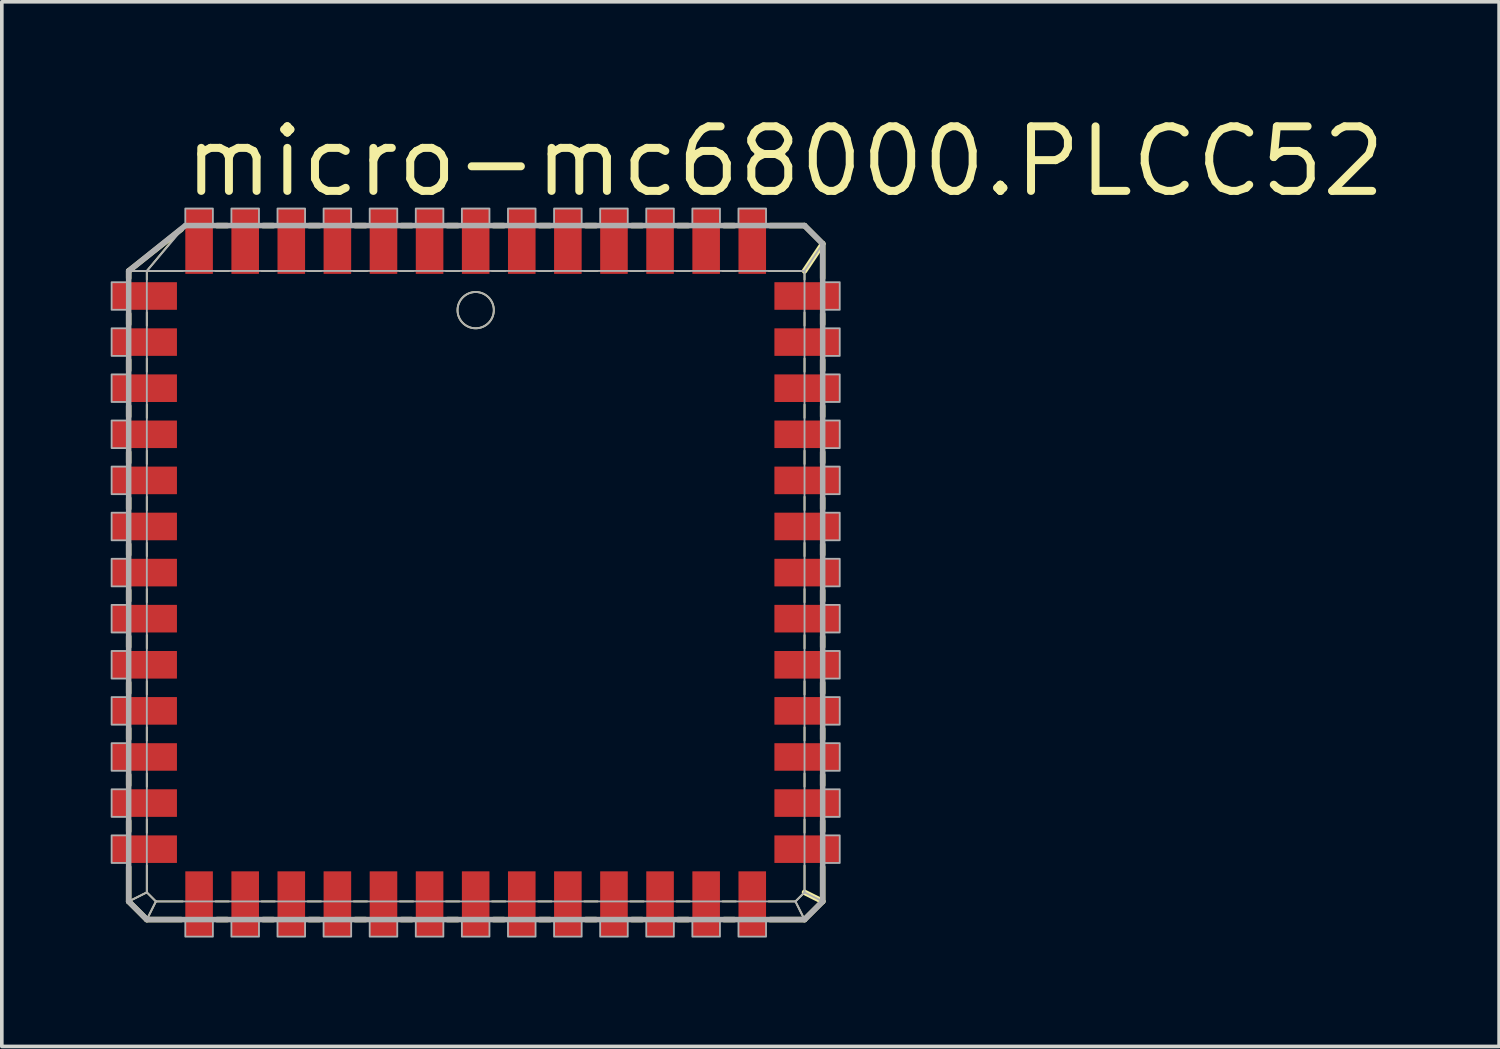
<source format=kicad_pcb>
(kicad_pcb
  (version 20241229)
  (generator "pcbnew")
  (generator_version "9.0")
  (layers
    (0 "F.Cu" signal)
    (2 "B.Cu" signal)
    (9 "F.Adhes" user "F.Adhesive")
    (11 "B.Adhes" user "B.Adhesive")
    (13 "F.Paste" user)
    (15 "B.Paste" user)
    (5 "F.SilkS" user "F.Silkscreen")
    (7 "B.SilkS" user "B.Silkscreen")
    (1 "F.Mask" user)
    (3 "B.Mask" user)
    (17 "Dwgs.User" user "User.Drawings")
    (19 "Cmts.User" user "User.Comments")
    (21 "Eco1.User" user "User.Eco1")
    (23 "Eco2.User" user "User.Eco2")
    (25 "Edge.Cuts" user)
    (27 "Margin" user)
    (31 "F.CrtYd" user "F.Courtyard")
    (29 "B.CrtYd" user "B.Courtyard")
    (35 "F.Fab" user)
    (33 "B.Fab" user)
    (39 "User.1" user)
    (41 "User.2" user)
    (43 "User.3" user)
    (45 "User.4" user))
  (footprint "micro-mc68000.PLCC52"
    (layer "F.Cu")
    (at 10.055 12.725)
    (property "Reference" "micro-mc68000.PLCC52" (at -8.128 -10.287 0) (layer "F.SilkS") (effects (font (size 1.778 1.778) (thickness 0.22)) (justify left bottom)))
    (attr smd)
    (fp_line (start -9.56 -8.31) (end -9.06 -8.31) (stroke (width 0.051) (type default)) (layer "F.SilkS"))
    (fp_line (start -9.56 -8.31) (end -8.111 -9.459) (stroke (width 0.152) (type default)) (layer "F.SilkS"))
    (fp_line (start -9.56 -8.111) (end -9.56 -8.31) (stroke (width 0.152) (type default)) (layer "F.SilkS"))
    (fp_line (start -9.56 -6.841) (end -9.56 -7.129) (stroke (width 0.152) (type default)) (layer "F.SilkS"))
    (fp_line (start -9.56 -5.571) (end -9.56 -5.859) (stroke (width 0.152) (type default)) (layer "F.SilkS"))
    (fp_line (start -9.56 -4.301) (end -9.56 -4.589) (stroke (width 0.152) (type default)) (layer "F.SilkS"))
    (fp_line (start -9.56 -3.031) (end -9.56 -3.319) (stroke (width 0.152) (type default)) (layer "F.SilkS"))
    (fp_line (start -9.56 -1.761) (end -9.56 -2.049) (stroke (width 0.152) (type default)) (layer "F.SilkS"))
    (fp_line (start -9.56 -0.491) (end -9.56 -0.779) (stroke (width 0.152) (type default)) (layer "F.SilkS"))
    (fp_line (start -9.56 0.779) (end -9.56 0.491) (stroke (width 0.152) (type default)) (layer "F.SilkS"))
    (fp_line (start -9.56 2.049) (end -9.56 1.761) (stroke (width 0.152) (type default)) (layer "F.SilkS"))
    (fp_line (start -9.56 3.319) (end -9.56 3.031) (stroke (width 0.152) (type default)) (layer "F.SilkS"))
    (fp_line (start -9.56 4.589) (end -9.56 4.301) (stroke (width 0.152) (type default)) (layer "F.SilkS"))
    (fp_line (start -9.56 5.859) (end -9.56 5.571) (stroke (width 0.152) (type default)) (layer "F.SilkS"))
    (fp_line (start -9.56 7.129) (end -9.56 6.841) (stroke (width 0.152) (type default)) (layer "F.SilkS"))
    (fp_line (start -9.56 9.06) (end -9.56 8.111) (stroke (width 0.152) (type default)) (layer "F.SilkS"))
    (fp_line (start -9.56 9.06) (end -9.06 8.81) (stroke (width 0.051) (type default)) (layer "F.SilkS"))
    (fp_line (start -9.06 -8.31) (end -8.122 -9.438) (stroke (width 0.051) (type default)) (layer "F.SilkS"))
    (fp_line (start -9.06 -8.31) (end -8.071 -8.31) (stroke (width 0.051) (type default)) (layer "F.SilkS"))
    (fp_line (start -9.06 -8.071) (end -9.06 -8.31) (stroke (width 0.051) (type default)) (layer "F.SilkS"))
    (fp_line (start -9.06 -6.801) (end -9.06 -7.169) (stroke (width 0.051) (type default)) (layer "F.SilkS"))
    (fp_line (start -9.06 -5.531) (end -9.06 -5.899) (stroke (width 0.051) (type default)) (layer "F.SilkS"))
    (fp_line (start -9.06 -4.261) (end -9.06 -4.629) (stroke (width 0.051) (type default)) (layer "F.SilkS"))
    (fp_line (start -9.06 -2.991) (end -9.06 -3.359) (stroke (width 0.051) (type default)) (layer "F.SilkS"))
    (fp_line (start -9.06 -1.721) (end -9.06 -2.089) (stroke (width 0.051) (type default)) (layer "F.SilkS"))
    (fp_line (start -9.06 -0.451) (end -9.06 -0.819) (stroke (width 0.051) (type default)) (layer "F.SilkS"))
    (fp_line (start -9.06 0.819) (end -9.06 0.451) (stroke (width 0.051) (type default)) (layer "F.SilkS"))
    (fp_line (start -9.06 2.089) (end -9.06 1.721) (stroke (width 0.051) (type default)) (layer "F.SilkS"))
    (fp_line (start -9.06 3.359) (end -9.06 2.991) (stroke (width 0.051) (type default)) (layer "F.SilkS"))
    (fp_line (start -9.06 4.629) (end -9.06 4.261) (stroke (width 0.051) (type default)) (layer "F.SilkS"))
    (fp_line (start -9.06 5.899) (end -9.06 5.531) (stroke (width 0.051) (type default)) (layer "F.SilkS"))
    (fp_line (start -9.06 7.169) (end -9.06 6.801) (stroke (width 0.051) (type default)) (layer "F.SilkS"))
    (fp_line (start -9.06 8.81) (end -9.06 8.071) (stroke (width 0.051) (type default)) (layer "F.SilkS"))
    (fp_line (start -9.06 9.56) (end -9.56 9.06) (stroke (width 0.152) (type default)) (layer "F.SilkS"))
    (fp_line (start -9.06 9.56) (end -8.81 9.06) (stroke (width 0.051) (type default)) (layer "F.SilkS"))
    (fp_line (start -8.81 9.06) (end -9.06 8.81) (stroke (width 0.051) (type default)) (layer "F.SilkS"))
    (fp_line (start -8.111 9.56) (end -9.06 9.56) (stroke (width 0.152) (type default)) (layer "F.SilkS"))
    (fp_line (start -8.071 9.06) (end -8.81 9.06) (stroke (width 0.051) (type default)) (layer "F.SilkS"))
    (fp_line (start -7.169 -8.31) (end -6.801 -8.31) (stroke (width 0.051) (type default)) (layer "F.SilkS"))
    (fp_line (start -7.129 -9.56) (end -6.841 -9.56) (stroke (width 0.152) (type default)) (layer "F.SilkS"))
    (fp_line (start -6.841 9.56) (end -7.129 9.56) (stroke (width 0.152) (type default)) (layer "F.SilkS"))
    (fp_line (start -6.801 9.06) (end -7.169 9.06) (stroke (width 0.051) (type default)) (layer "F.SilkS"))
    (fp_line (start -5.899 -8.31) (end -5.531 -8.31) (stroke (width 0.051) (type default)) (layer "F.SilkS"))
    (fp_line (start -5.859 -9.56) (end -5.571 -9.56) (stroke (width 0.152) (type default)) (layer "F.SilkS"))
    (fp_line (start -5.571 9.56) (end -5.859 9.56) (stroke (width 0.152) (type default)) (layer "F.SilkS"))
    (fp_line (start -5.531 9.06) (end -5.899 9.06) (stroke (width 0.051) (type default)) (layer "F.SilkS"))
    (fp_line (start -4.629 -8.31) (end -4.261 -8.31) (stroke (width 0.051) (type default)) (layer "F.SilkS"))
    (fp_line (start -4.589 -9.56) (end -4.301 -9.56) (stroke (width 0.152) (type default)) (layer "F.SilkS"))
    (fp_line (start -4.301 9.56) (end -4.589 9.56) (stroke (width 0.152) (type default)) (layer "F.SilkS"))
    (fp_line (start -4.261 9.06) (end -4.629 9.06) (stroke (width 0.051) (type default)) (layer "F.SilkS"))
    (fp_line (start -3.359 -8.31) (end -2.991 -8.31) (stroke (width 0.051) (type default)) (layer "F.SilkS"))
    (fp_line (start -3.319 -9.56) (end -3.031 -9.56) (stroke (width 0.152) (type default)) (layer "F.SilkS"))
    (fp_line (start -3.031 9.56) (end -3.319 9.56) (stroke (width 0.152) (type default)) (layer "F.SilkS"))
    (fp_line (start -2.991 9.06) (end -3.359 9.06) (stroke (width 0.051) (type default)) (layer "F.SilkS"))
    (fp_line (start -2.089 -8.31) (end -1.721 -8.31) (stroke (width 0.051) (type default)) (layer "F.SilkS"))
    (fp_line (start -2.049 -9.56) (end -1.761 -9.56) (stroke (width 0.152) (type default)) (layer "F.SilkS"))
    (fp_line (start -1.761 9.56) (end -2.049 9.56) (stroke (width 0.152) (type default)) (layer "F.SilkS"))
    (fp_line (start -1.721 9.06) (end -2.089 9.06) (stroke (width 0.051) (type default)) (layer "F.SilkS"))
    (fp_line (start -0.819 -8.31) (end -0.451 -8.31) (stroke (width 0.051) (type default)) (layer "F.SilkS"))
    (fp_line (start -0.779 -9.56) (end -0.491 -9.56) (stroke (width 0.152) (type default)) (layer "F.SilkS"))
    (fp_line (start -0.491 9.56) (end -0.779 9.56) (stroke (width 0.152) (type default)) (layer "F.SilkS"))
    (fp_line (start -0.451 9.06) (end -0.819 9.06) (stroke (width 0.051) (type default)) (layer "F.SilkS"))
    (fp_line (start 0.451 -8.31) (end 0.819 -8.31) (stroke (width 0.051) (type default)) (layer "F.SilkS"))
    (fp_line (start 0.491 -9.56) (end 0.779 -9.56) (stroke (width 0.152) (type default)) (layer "F.SilkS"))
    (fp_line (start 0.779 9.56) (end 0.491 9.56) (stroke (width 0.152) (type default)) (layer "F.SilkS"))
    (fp_line (start 0.819 9.06) (end 0.451 9.06) (stroke (width 0.051) (type default)) (layer "F.SilkS"))
    (fp_line (start 1.721 -8.31) (end 2.089 -8.31) (stroke (width 0.051) (type default)) (layer "F.SilkS"))
    (fp_line (start 1.761 -9.56) (end 2.049 -9.56) (stroke (width 0.152) (type default)) (layer "F.SilkS"))
    (fp_line (start 2.049 9.56) (end 1.761 9.56) (stroke (width 0.152) (type default)) (layer "F.SilkS"))
    (fp_line (start 2.089 9.06) (end 1.721 9.06) (stroke (width 0.051) (type default)) (layer "F.SilkS"))
    (fp_line (start 2.991 -8.31) (end 3.359 -8.31) (stroke (width 0.051) (type default)) (layer "F.SilkS"))
    (fp_line (start 3.031 -9.56) (end 3.319 -9.56) (stroke (width 0.152) (type default)) (layer "F.SilkS"))
    (fp_line (start 3.319 9.56) (end 3.031 9.56) (stroke (width 0.152) (type default)) (layer "F.SilkS"))
    (fp_line (start 3.359 9.06) (end 2.991 9.06) (stroke (width 0.051) (type default)) (layer "F.SilkS"))
    (fp_line (start 4.261 -8.31) (end 4.629 -8.31) (stroke (width 0.051) (type default)) (layer "F.SilkS"))
    (fp_line (start 4.301 -9.56) (end 4.589 -9.56) (stroke (width 0.152) (type default)) (layer "F.SilkS"))
    (fp_line (start 4.589 9.56) (end 4.301 9.56) (stroke (width 0.152) (type default)) (layer "F.SilkS"))
    (fp_line (start 4.629 9.06) (end 4.261 9.06) (stroke (width 0.051) (type default)) (layer "F.SilkS"))
    (fp_line (start 5.531 -8.31) (end 5.899 -8.31) (stroke (width 0.051) (type default)) (layer "F.SilkS"))
    (fp_line (start 5.571 -9.56) (end 5.859 -9.56) (stroke (width 0.152) (type default)) (layer "F.SilkS"))
    (fp_line (start 5.859 9.56) (end 5.571 9.56) (stroke (width 0.152) (type default)) (layer "F.SilkS"))
    (fp_line (start 5.899 9.06) (end 5.531 9.06) (stroke (width 0.051) (type default)) (layer "F.SilkS"))
    (fp_line (start 6.801 -8.31) (end 7.169 -8.31) (stroke (width 0.051) (type default)) (layer "F.SilkS"))
    (fp_line (start 6.841 -9.56) (end 7.129 -9.56) (stroke (width 0.152) (type default)) (layer "F.SilkS"))
    (fp_line (start 7.129 9.56) (end 6.841 9.56) (stroke (width 0.152) (type default)) (layer "F.SilkS"))
    (fp_line (start 7.169 9.06) (end 6.801 9.06) (stroke (width 0.051) (type default)) (layer "F.SilkS"))
    (fp_line (start 8.071 -8.31) (end 9.06 -8.31) (stroke (width 0.051) (type default)) (layer "F.SilkS"))
    (fp_line (start 8.111 -9.56) (end 9.06 -9.56) (stroke (width 0.152) (type default)) (layer "F.SilkS"))
    (fp_line (start 8.81 9.06) (end 8.071 9.06) (stroke (width 0.051) (type default)) (layer "F.SilkS"))
    (fp_line (start 8.81 9.06) (end 9.06 9.56) (stroke (width 0.051) (type default)) (layer "F.SilkS"))
    (fp_line (start 9.06 -9.56) (end 9.56 -9.06) (stroke (width 0.152) (type default)) (layer "F.SilkS"))
    (fp_line (start 9.06 -8.31) (end 9.06 -8.071) (stroke (width 0.051) (type default)) (layer "F.SilkS"))
    (fp_line (start 9.06 -7.169) (end 9.06 -6.801) (stroke (width 0.051) (type default)) (layer "F.SilkS"))
    (fp_line (start 9.06 -5.899) (end 9.06 -5.531) (stroke (width 0.051) (type default)) (layer "F.SilkS"))
    (fp_line (start 9.06 -4.629) (end 9.06 -4.261) (stroke (width 0.051) (type default)) (layer "F.SilkS"))
    (fp_line (start 9.06 -3.359) (end 9.06 -2.991) (stroke (width 0.051) (type default)) (layer "F.SilkS"))
    (fp_line (start 9.06 -2.089) (end 9.06 -1.721) (stroke (width 0.051) (type default)) (layer "F.SilkS"))
    (fp_line (start 9.06 -0.819) (end 9.06 -0.451) (stroke (width 0.051) (type default)) (layer "F.SilkS"))
    (fp_line (start 9.06 0.451) (end 9.06 0.819) (stroke (width 0.051) (type default)) (layer "F.SilkS"))
    (fp_line (start 9.06 1.721) (end 9.06 2.089) (stroke (width 0.051) (type default)) (layer "F.SilkS"))
    (fp_line (start 9.06 2.991) (end 9.06 3.359) (stroke (width 0.051) (type default)) (layer "F.SilkS"))
    (fp_line (start 9.06 4.261) (end 9.06 4.629) (stroke (width 0.051) (type default)) (layer "F.SilkS"))
    (fp_line (start 9.06 5.531) (end 9.06 5.899) (stroke (width 0.051) (type default)) (layer "F.SilkS"))
    (fp_line (start 9.06 6.801) (end 9.06 7.169) (stroke (width 0.051) (type default)) (layer "F.SilkS"))
    (fp_line (start 9.06 8.071) (end 9.06 8.81) (stroke (width 0.051) (type default)) (layer "F.SilkS"))
    (fp_line (start 9.06 8.81) (end 8.81 9.06) (stroke (width 0.051) (type default)) (layer "F.SilkS"))
    (fp_line (start 9.06 8.81) (end 9.56 9.06) (stroke (width 0.152) (type default)) (layer "F.SilkS"))
    (fp_line (start 9.06 9.56) (end 8.111 9.56) (stroke (width 0.152) (type default)) (layer "F.SilkS"))
    (fp_line (start 9.56 -9.06) (end 9.06 -8.31) (stroke (width 0.152) (type default)) (layer "F.SilkS"))
    (fp_line (start 9.56 -9.06) (end 9.56 -8.111) (stroke (width 0.152) (type default)) (layer "F.SilkS"))
    (fp_line (start 9.56 -7.129) (end 9.56 -6.841) (stroke (width 0.152) (type default)) (layer "F.SilkS"))
    (fp_line (start 9.56 -5.859) (end 9.56 -5.571) (stroke (width 0.152) (type default)) (layer "F.SilkS"))
    (fp_line (start 9.56 -4.589) (end 9.56 -4.301) (stroke (width 0.152) (type default)) (layer "F.SilkS"))
    (fp_line (start 9.56 -3.319) (end 9.56 -3.031) (stroke (width 0.152) (type default)) (layer "F.SilkS"))
    (fp_line (start 9.56 -2.049) (end 9.56 -1.761) (stroke (width 0.152) (type default)) (layer "F.SilkS"))
    (fp_line (start 9.56 -0.779) (end 9.56 -0.491) (stroke (width 0.152) (type default)) (layer "F.SilkS"))
    (fp_line (start 9.56 0.491) (end 9.56 0.779) (stroke (width 0.152) (type default)) (layer "F.SilkS"))
    (fp_line (start 9.56 1.761) (end 9.56 2.049) (stroke (width 0.152) (type default)) (layer "F.SilkS"))
    (fp_line (start 9.56 3.031) (end 9.56 3.319) (stroke (width 0.152) (type default)) (layer "F.SilkS"))
    (fp_line (start 9.56 4.301) (end 9.56 4.589) (stroke (width 0.152) (type default)) (layer "F.SilkS"))
    (fp_line (start 9.56 5.571) (end 9.56 5.859) (stroke (width 0.152) (type default)) (layer "F.SilkS"))
    (fp_line (start 9.56 6.841) (end 9.56 7.129) (stroke (width 0.152) (type default)) (layer "F.SilkS"))
    (fp_line (start 9.56 8.111) (end 9.56 9.06) (stroke (width 0.152) (type default)) (layer "F.SilkS"))
    (fp_line (start 9.56 9.06) (end 9.06 9.56) (stroke (width 0.152) (type default)) (layer "F.SilkS"))
    (fp_circle (center 0 -7.23) (end 0.5 -7.23) (stroke (width 0.051) (type default)) (fill no) (layer "F.SilkS"))
    (fp_line (start -9.56 -8.31) (end -9.06 -8.31) (stroke (width 0.051) (type default)) (layer "F.Fab"))
    (fp_line (start -9.56 -8.31) (end -8 -9.56) (stroke (width 0.152) (type default)) (layer "F.Fab"))
    (fp_line (start -9.56 9.06) (end -9.56 -8.31) (stroke (width 0.152) (type default)) (layer "F.Fab"))
    (fp_line (start -9.56 9.06) (end -9.06 8.81) (stroke (width 0.051) (type default)) (layer "F.Fab"))
    (fp_line (start -9.06 -8.31) (end -8 -9.56) (stroke (width 0.051) (type default)) (layer "F.Fab"))
    (fp_line (start -9.06 -8.31) (end 9.06 -8.31) (stroke (width 0.051) (type default)) (layer "F.Fab"))
    (fp_line (start -9.06 8.81) (end -9.06 -8.31) (stroke (width 0.051) (type default)) (layer "F.Fab"))
    (fp_line (start -9.06 9.56) (end -9.56 9.06) (stroke (width 0.152) (type default)) (layer "F.Fab"))
    (fp_line (start -9.06 9.56) (end -8.81 9.06) (stroke (width 0.051) (type default)) (layer "F.Fab"))
    (fp_line (start -8.81 9.06) (end -9.06 8.81) (stroke (width 0.051) (type default)) (layer "F.Fab"))
    (fp_line (start -8 -9.56) (end 9.06 -9.56) (stroke (width 0.152) (type default)) (layer "F.Fab"))
    (fp_line (start 8.81 9.06) (end -8.81 9.06) (stroke (width 0.051) (type default)) (layer "F.Fab"))
    (fp_line (start 8.81 9.06) (end 9.06 9.56) (stroke (width 0.051) (type default)) (layer "F.Fab"))
    (fp_line (start 9.06 -9.56) (end 9.56 -9.06) (stroke (width 0.152) (type default)) (layer "F.Fab"))
    (fp_line (start 9.06 -8.31) (end 9.06 8.81) (stroke (width 0.051) (type default)) (layer "F.Fab"))
    (fp_line (start 9.06 8.81) (end 8.81 9.06) (stroke (width 0.051) (type default)) (layer "F.Fab"))
    (fp_line (start 9.06 8.81) (end 9.56 9.06) (stroke (width 0.051) (type default)) (layer "F.Fab"))
    (fp_line (start 9.06 9.56) (end -9.06 9.56) (stroke (width 0.152) (type default)) (layer "F.Fab"))
    (fp_line (start 9.56 -9.06) (end 9.06 -8.31) (stroke (width 0.051) (type default)) (layer "F.Fab"))
    (fp_line (start 9.56 -9.06) (end 9.56 9.06) (stroke (width 0.152) (type default)) (layer "F.Fab"))
    (fp_line (start 9.56 9.06) (end 9.06 9.56) (stroke (width 0.152) (type default)) (layer "F.Fab"))
    (fp_rect (start -10.03 -7.24) (end -9.56 -8) (stroke (width 0.05) (type default)) (fill no) (layer "F.Fab"))
    (fp_rect (start -10.03 -5.97) (end -9.56 -6.73) (stroke (width 0.05) (type default)) (fill no) (layer "F.Fab"))
    (fp_rect (start -10.03 -4.7) (end -9.56 -5.46) (stroke (width 0.05) (type default)) (fill no) (layer "F.Fab"))
    (fp_rect (start -10.03 -3.43) (end -9.56 -4.19) (stroke (width 0.05) (type default)) (fill no) (layer "F.Fab"))
    (fp_rect (start -10.03 -2.16) (end -9.56 -2.92) (stroke (width 0.05) (type default)) (fill no) (layer "F.Fab"))
    (fp_rect (start -10.03 -0.89) (end -9.56 -1.65) (stroke (width 0.05) (type default)) (fill no) (layer "F.Fab"))
    (fp_rect (start -10.03 0.38) (end -9.56 -0.38) (stroke (width 0.05) (type default)) (fill no) (layer "F.Fab"))
    (fp_rect (start -10.03 1.65) (end -9.56 0.89) (stroke (width 0.05) (type default)) (fill no) (layer "F.Fab"))
    (fp_rect (start -10.03 2.92) (end -9.56 2.16) (stroke (width 0.05) (type default)) (fill no) (layer "F.Fab"))
    (fp_rect (start -10.03 4.19) (end -9.56 3.43) (stroke (width 0.05) (type default)) (fill no) (layer "F.Fab"))
    (fp_rect (start -10.03 5.46) (end -9.56 4.7) (stroke (width 0.05) (type default)) (fill no) (layer "F.Fab"))
    (fp_rect (start -10.03 6.73) (end -9.56 5.97) (stroke (width 0.05) (type default)) (fill no) (layer "F.Fab"))
    (fp_rect (start -10.03 8) (end -9.56 7.24) (stroke (width 0.05) (type default)) (fill no) (layer "F.Fab"))
    (fp_rect (start -8 -9.56) (end -7.24 -10.03) (stroke (width 0.05) (type default)) (fill no) (layer "F.Fab"))
    (fp_rect (start -8 10.03) (end -7.24 9.56) (stroke (width 0.05) (type default)) (fill no) (layer "F.Fab"))
    (fp_rect (start -6.73 -9.56) (end -5.97 -10.03) (stroke (width 0.05) (type default)) (fill no) (layer "F.Fab"))
    (fp_rect (start -6.73 10.03) (end -5.97 9.56) (stroke (width 0.05) (type default)) (fill no) (layer "F.Fab"))
    (fp_rect (start -5.46 -9.56) (end -4.7 -10.03) (stroke (width 0.05) (type default)) (fill no) (layer "F.Fab"))
    (fp_rect (start -5.46 10.03) (end -4.7 9.56) (stroke (width 0.05) (type default)) (fill no) (layer "F.Fab"))
    (fp_rect (start -4.19 -9.56) (end -3.43 -10.03) (stroke (width 0.05) (type default)) (fill no) (layer "F.Fab"))
    (fp_rect (start -4.19 10.03) (end -3.43 9.56) (stroke (width 0.05) (type default)) (fill no) (layer "F.Fab"))
    (fp_rect (start -2.92 -9.56) (end -2.16 -10.03) (stroke (width 0.05) (type default)) (fill no) (layer "F.Fab"))
    (fp_rect (start -2.92 10.03) (end -2.16 9.56) (stroke (width 0.05) (type default)) (fill no) (layer "F.Fab"))
    (fp_rect (start -1.65 -9.56) (end -0.89 -10.03) (stroke (width 0.05) (type default)) (fill no) (layer "F.Fab"))
    (fp_rect (start -1.65 10.03) (end -0.89 9.56) (stroke (width 0.05) (type default)) (fill no) (layer "F.Fab"))
    (fp_rect (start -0.38 -9.56) (end 0.38 -10.03) (stroke (width 0.05) (type default)) (fill no) (layer "F.Fab"))
    (fp_rect (start -0.38 10.03) (end 0.38 9.56) (stroke (width 0.05) (type default)) (fill no) (layer "F.Fab"))
    (fp_rect (start 0.89 -9.56) (end 1.65 -10.03) (stroke (width 0.05) (type default)) (fill no) (layer "F.Fab"))
    (fp_rect (start 0.89 10.03) (end 1.65 9.56) (stroke (width 0.05) (type default)) (fill no) (layer "F.Fab"))
    (fp_rect (start 2.16 -9.56) (end 2.92 -10.03) (stroke (width 0.05) (type default)) (fill no) (layer "F.Fab"))
    (fp_rect (start 2.16 10.03) (end 2.92 9.56) (stroke (width 0.05) (type default)) (fill no) (layer "F.Fab"))
    (fp_rect (start 3.43 -9.56) (end 4.19 -10.03) (stroke (width 0.05) (type default)) (fill no) (layer "F.Fab"))
    (fp_rect (start 3.43 10.03) (end 4.19 9.56) (stroke (width 0.05) (type default)) (fill no) (layer "F.Fab"))
    (fp_rect (start 4.7 -9.56) (end 5.46 -10.03) (stroke (width 0.05) (type default)) (fill no) (layer "F.Fab"))
    (fp_rect (start 4.7 10.03) (end 5.46 9.56) (stroke (width 0.05) (type default)) (fill no) (layer "F.Fab"))
    (fp_rect (start 5.97 -9.56) (end 6.73 -10.03) (stroke (width 0.05) (type default)) (fill no) (layer "F.Fab"))
    (fp_rect (start 5.97 10.03) (end 6.73 9.56) (stroke (width 0.05) (type default)) (fill no) (layer "F.Fab"))
    (fp_rect (start 7.24 -9.56) (end 8 -10.03) (stroke (width 0.05) (type default)) (fill no) (layer "F.Fab"))
    (fp_rect (start 7.24 10.03) (end 8 9.56) (stroke (width 0.05) (type default)) (fill no) (layer "F.Fab"))
    (fp_rect (start 9.56 -7.24) (end 10.03 -8) (stroke (width 0.05) (type default)) (fill no) (layer "F.Fab"))
    (fp_rect (start 9.56 -5.97) (end 10.03 -6.73) (stroke (width 0.05) (type default)) (fill no) (layer "F.Fab"))
    (fp_rect (start 9.56 -4.7) (end 10.03 -5.46) (stroke (width 0.05) (type default)) (fill no) (layer "F.Fab"))
    (fp_rect (start 9.56 -3.43) (end 10.03 -4.19) (stroke (width 0.05) (type default)) (fill no) (layer "F.Fab"))
    (fp_rect (start 9.56 -2.16) (end 10.03 -2.92) (stroke (width 0.05) (type default)) (fill no) (layer "F.Fab"))
    (fp_rect (start 9.56 -0.89) (end 10.03 -1.65) (stroke (width 0.05) (type default)) (fill no) (layer "F.Fab"))
    (fp_rect (start 9.56 0.38) (end 10.03 -0.38) (stroke (width 0.05) (type default)) (fill no) (layer "F.Fab"))
    (fp_rect (start 9.56 1.65) (end 10.03 0.89) (stroke (width 0.05) (type default)) (fill no) (layer "F.Fab"))
    (fp_rect (start 9.56 2.92) (end 10.03 2.16) (stroke (width 0.05) (type default)) (fill no) (layer "F.Fab"))
    (fp_rect (start 9.56 4.19) (end 10.03 3.43) (stroke (width 0.05) (type default)) (fill no) (layer "F.Fab"))
    (fp_rect (start 9.56 5.46) (end 10.03 4.7) (stroke (width 0.05) (type default)) (fill no) (layer "F.Fab"))
    (fp_rect (start 9.56 6.73) (end 10.03 5.97) (stroke (width 0.05) (type default)) (fill no) (layer "F.Fab"))
    (fp_rect (start 9.56 8) (end 10.03 7.24) (stroke (width 0.05) (type default)) (fill no) (layer "F.Fab"))
    (fp_circle (center 0 -7.23) (end 0.5 -7.23) (stroke (width 0.051) (type default)) (fill no) (layer "F.Fab"))
    (pad "1" smd roundrect (at 0 -9.13) (size 0.76 1.8) (layers "F.Cu" "F.Mask" "F.Paste") (roundrect_rratio 0.01))
    (pad "2" smd roundrect (at -1.27 -9.13) (size 0.76 1.8) (layers "F.Cu" "F.Mask" "F.Paste") (roundrect_rratio 0.01))
    (pad "3" smd roundrect (at -2.54 -9.13) (size 0.76 1.8) (layers "F.Cu" "F.Mask" "F.Paste") (roundrect_rratio 0.01))
    (pad "4" smd roundrect (at -3.81 -9.13) (size 0.76 1.8) (layers "F.Cu" "F.Mask" "F.Paste") (roundrect_rratio 0.01))
    (pad "5" smd roundrect (at -5.08 -9.13) (size 0.76 1.8) (layers "F.Cu" "F.Mask" "F.Paste") (roundrect_rratio 0.01))
    (pad "6" smd roundrect (at -6.35 -9.13) (size 0.76 1.8) (layers "F.Cu" "F.Mask" "F.Paste") (roundrect_rratio 0.01))
    (pad "7" smd roundrect (at -7.62 -9.13) (size 0.76 1.8) (layers "F.Cu" "F.Mask" "F.Paste") (roundrect_rratio 0.01))
    (pad "8" smd roundrect (at -9.13 -7.62) (size 1.8 0.76) (layers "F.Cu" "F.Mask" "F.Paste") (roundrect_rratio 0.01))
    (pad "9" smd roundrect (at -9.13 -6.35) (size 1.8 0.76) (layers "F.Cu" "F.Mask" "F.Paste") (roundrect_rratio 0.01))
    (pad "10" smd roundrect (at -9.13 -5.08) (size 1.8 0.76) (layers "F.Cu" "F.Mask" "F.Paste") (roundrect_rratio 0.01))
    (pad "11" smd roundrect (at -9.13 -3.81) (size 1.8 0.76) (layers "F.Cu" "F.Mask" "F.Paste") (roundrect_rratio 0.01))
    (pad "12" smd roundrect (at -9.13 -2.54) (size 1.8 0.76) (layers "F.Cu" "F.Mask" "F.Paste") (roundrect_rratio 0.01))
    (pad "13" smd roundrect (at -9.13 -1.27) (size 1.8 0.76) (layers "F.Cu" "F.Mask" "F.Paste") (roundrect_rratio 0.01))
    (pad "14" smd roundrect (at -9.13 0) (size 1.8 0.76) (layers "F.Cu" "F.Mask" "F.Paste") (roundrect_rratio 0.01))
    (pad "15" smd roundrect (at -9.13 1.27) (size 1.8 0.76) (layers "F.Cu" "F.Mask" "F.Paste") (roundrect_rratio 0.01))
    (pad "16" smd roundrect (at -9.13 2.54) (size 1.8 0.76) (layers "F.Cu" "F.Mask" "F.Paste") (roundrect_rratio 0.01))
    (pad "17" smd roundrect (at -9.13 3.81) (size 1.8 0.76) (layers "F.Cu" "F.Mask" "F.Paste") (roundrect_rratio 0.01))
    (pad "18" smd roundrect (at -9.13 5.08) (size 1.8 0.76) (layers "F.Cu" "F.Mask" "F.Paste") (roundrect_rratio 0.01))
    (pad "19" smd roundrect (at -9.13 6.35) (size 1.8 0.76) (layers "F.Cu" "F.Mask" "F.Paste") (roundrect_rratio 0.01))
    (pad "20" smd roundrect (at -9.13 7.62) (size 1.8 0.76) (layers "F.Cu" "F.Mask" "F.Paste") (roundrect_rratio 0.01))
    (pad "21" smd roundrect (at -7.62 9.13) (size 0.76 1.8) (layers "F.Cu" "F.Mask" "F.Paste") (roundrect_rratio 0.01))
    (pad "22" smd roundrect (at -6.35 9.13) (size 0.76 1.8) (layers "F.Cu" "F.Mask" "F.Paste") (roundrect_rratio 0.01))
    (pad "23" smd roundrect (at -5.08 9.13) (size 0.76 1.8) (layers "F.Cu" "F.Mask" "F.Paste") (roundrect_rratio 0.01))
    (pad "24" smd roundrect (at -3.81 9.13) (size 0.76 1.8) (layers "F.Cu" "F.Mask" "F.Paste") (roundrect_rratio 0.01))
    (pad "25" smd roundrect (at -2.54 9.13) (size 0.76 1.8) (layers "F.Cu" "F.Mask" "F.Paste") (roundrect_rratio 0.01))
    (pad "26" smd roundrect (at -1.27 9.13) (size 0.76 1.8) (layers "F.Cu" "F.Mask" "F.Paste") (roundrect_rratio 0.01))
    (pad "27" smd roundrect (at 0 9.13) (size 0.76 1.8) (layers "F.Cu" "F.Mask" "F.Paste") (roundrect_rratio 0.01))
    (pad "28" smd roundrect (at 1.27 9.13) (size 0.76 1.8) (layers "F.Cu" "F.Mask" "F.Paste") (roundrect_rratio 0.01))
    (pad "29" smd roundrect (at 2.54 9.13) (size 0.76 1.8) (layers "F.Cu" "F.Mask" "F.Paste") (roundrect_rratio 0.01))
    (pad "30" smd roundrect (at 3.81 9.13) (size 0.76 1.8) (layers "F.Cu" "F.Mask" "F.Paste") (roundrect_rratio 0.01))
    (pad "31" smd roundrect (at 5.08 9.13) (size 0.76 1.8) (layers "F.Cu" "F.Mask" "F.Paste") (roundrect_rratio 0.01))
    (pad "32" smd roundrect (at 6.35 9.13) (size 0.76 1.8) (layers "F.Cu" "F.Mask" "F.Paste") (roundrect_rratio 0.01))
    (pad "33" smd roundrect (at 7.62 9.13) (size 0.76 1.8) (layers "F.Cu" "F.Mask" "F.Paste") (roundrect_rratio 0.01))
    (pad "34" smd roundrect (at 9.13 7.62) (size 1.8 0.76) (layers "F.Cu" "F.Mask" "F.Paste") (roundrect_rratio 0.01))
    (pad "35" smd roundrect (at 9.13 6.35) (size 1.8 0.76) (layers "F.Cu" "F.Mask" "F.Paste") (roundrect_rratio 0.01))
    (pad "36" smd roundrect (at 9.13 5.08) (size 1.8 0.76) (layers "F.Cu" "F.Mask" "F.Paste") (roundrect_rratio 0.01))
    (pad "37" smd roundrect (at 9.13 3.81) (size 1.8 0.76) (layers "F.Cu" "F.Mask" "F.Paste") (roundrect_rratio 0.01))
    (pad "38" smd roundrect (at 9.13 2.54) (size 1.8 0.76) (layers "F.Cu" "F.Mask" "F.Paste") (roundrect_rratio 0.01))
    (pad "39" smd roundrect (at 9.13 1.27) (size 1.8 0.76) (layers "F.Cu" "F.Mask" "F.Paste") (roundrect_rratio 0.01))
    (pad "40" smd roundrect (at 9.13 0) (size 1.8 0.76) (layers "F.Cu" "F.Mask" "F.Paste") (roundrect_rratio 0.01))
    (pad "41" smd roundrect (at 9.13 -1.27) (size 1.8 0.76) (layers "F.Cu" "F.Mask" "F.Paste") (roundrect_rratio 0.01))
    (pad "42" smd roundrect (at 9.13 -2.54) (size 1.8 0.76) (layers "F.Cu" "F.Mask" "F.Paste") (roundrect_rratio 0.01))
    (pad "43" smd roundrect (at 9.13 -3.81) (size 1.8 0.76) (layers "F.Cu" "F.Mask" "F.Paste") (roundrect_rratio 0.01))
    (pad "44" smd roundrect (at 9.13 -5.08) (size 1.8 0.76) (layers "F.Cu" "F.Mask" "F.Paste") (roundrect_rratio 0.01))
    (pad "45" smd roundrect (at 9.13 -6.35) (size 1.8 0.76) (layers "F.Cu" "F.Mask" "F.Paste") (roundrect_rratio 0.01))
    (pad "46" smd roundrect (at 9.13 -7.62) (size 1.8 0.76) (layers "F.Cu" "F.Mask" "F.Paste") (roundrect_rratio 0.01))
    (pad "47" smd roundrect (at 7.62 -9.13) (size 0.76 1.8) (layers "F.Cu" "F.Mask" "F.Paste") (roundrect_rratio 0.01))
    (pad "48" smd roundrect (at 6.35 -9.13) (size 0.76 1.8) (layers "F.Cu" "F.Mask" "F.Paste") (roundrect_rratio 0.01))
    (pad "49" smd roundrect (at 5.08 -9.13) (size 0.76 1.8) (layers "F.Cu" "F.Mask" "F.Paste") (roundrect_rratio 0.01))
    (pad "50" smd roundrect (at 3.81 -9.13) (size 0.76 1.8) (layers "F.Cu" "F.Mask" "F.Paste") (roundrect_rratio 0.01))
    (pad "51" smd roundrect (at 2.54 -9.13) (size 0.76 1.8) (layers "F.Cu" "F.Mask" "F.Paste") (roundrect_rratio 0.01))
    (pad "52" smd roundrect (at 1.27 -9.13) (size 0.76 1.8) (layers "F.Cu" "F.Mask" "F.Paste") (roundrect_rratio 0.01)))
  (gr_rect
    (start -3 -3)
    (end 38.251 25.78)
    (stroke (width 0.1) (type default))
    (fill no)
    (layer "Edge.Cuts")))
</source>
